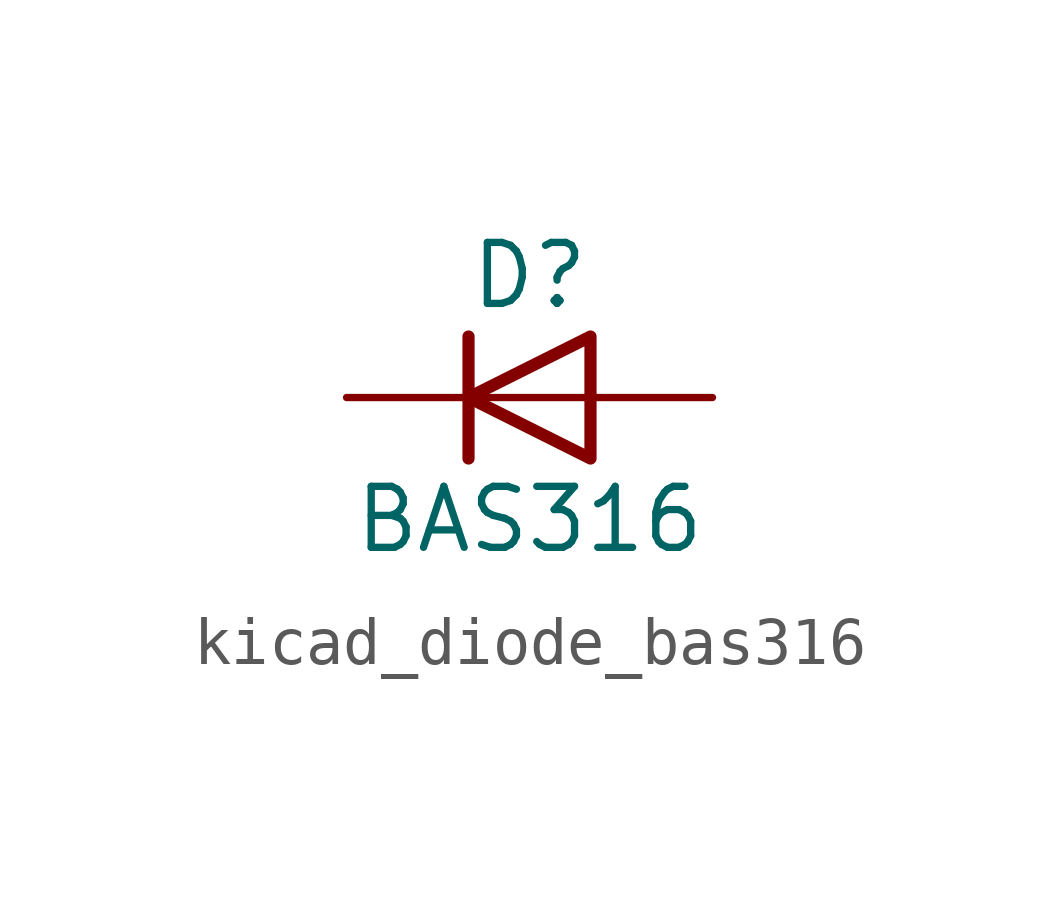
<source format=kicad_sym>
(kicad_symbol_lib
  (version 20220914)
  (generator kicad_symbol_editor)
  (symbol "kicad_diode_bas316"
    (pin_numbers hide)
    (pin_names hide)
    (property "Reference" "D"
      (at 0 2.54 0)
      (effects (font (size 1.27 1.27))))
    (property "Value" "BAS316"
      (at 0 -2.54 0)
      (effects (font (size 1.27 1.27))))
    (symbol "kicad_diode_bas316_0_1"
      (polyline (pts (xy -1.27 1.27) (xy -1.27 -1.27)) (stroke (width 0.254) (type default)) (fill (type none)))
      (polyline (pts (xy 1.27 0) (xy -1.27 0)) (stroke (width 0) (type default)) (fill (type none)))
      (polyline (pts (xy 1.27 1.27) (xy 1.27 -1.27) (xy -1.27 0) (xy 1.27 1.27)) (stroke (width 0.254) (type default)) (fill (type none))))
    (symbol "kicad_diode_bas316_1_1"
      (pin passive line (at -3.81 0 0) (length 2.54) (name "K" (effects (font (size 1.27 1.27)))) (number "1" (effects (font (size 1.27 1.27)))))
      (pin passive line (at 3.81 0 180) (length 2.54) (name "A" (effects (font (size 1.27 1.27)))) (number "2" (effects (font (size 1.27 1.27))))))))
</source>
